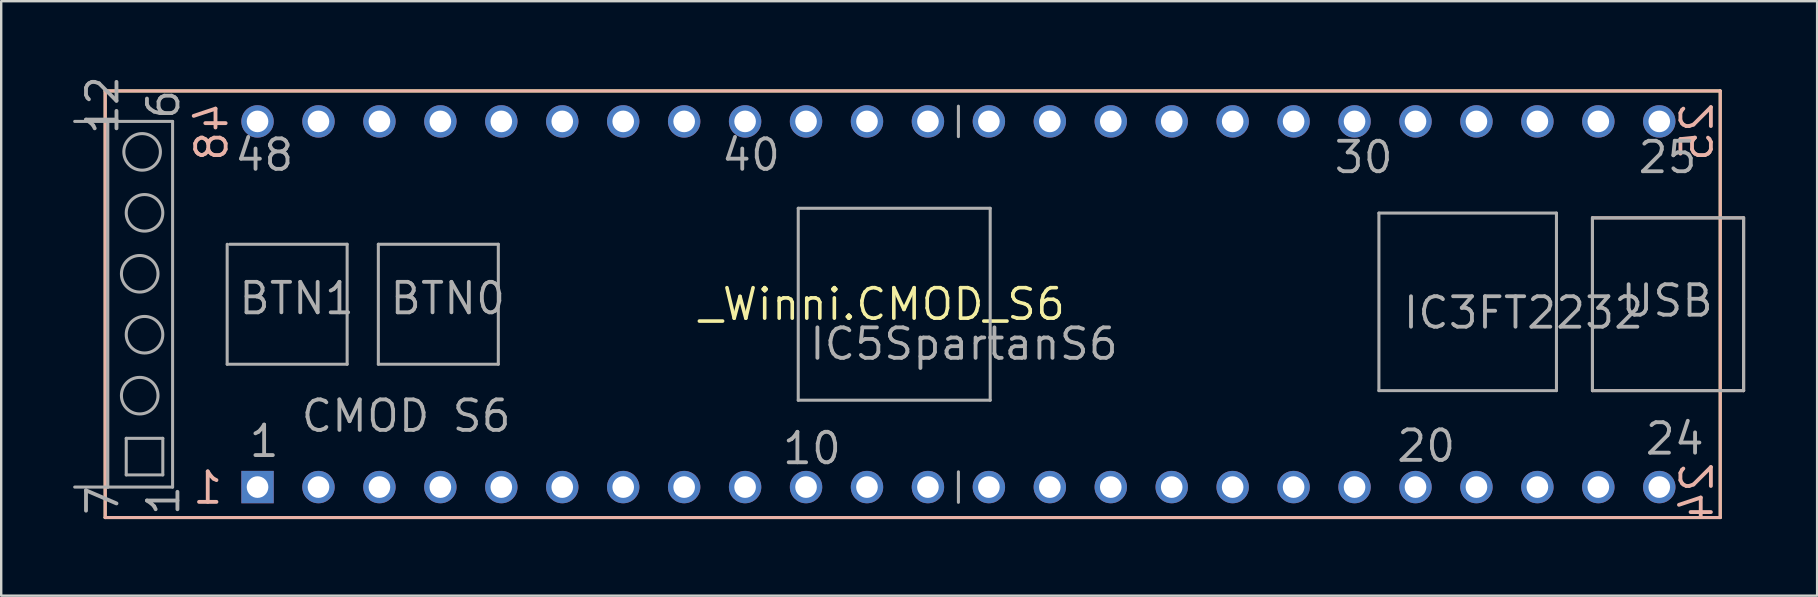
<source format=kicad_pcb>
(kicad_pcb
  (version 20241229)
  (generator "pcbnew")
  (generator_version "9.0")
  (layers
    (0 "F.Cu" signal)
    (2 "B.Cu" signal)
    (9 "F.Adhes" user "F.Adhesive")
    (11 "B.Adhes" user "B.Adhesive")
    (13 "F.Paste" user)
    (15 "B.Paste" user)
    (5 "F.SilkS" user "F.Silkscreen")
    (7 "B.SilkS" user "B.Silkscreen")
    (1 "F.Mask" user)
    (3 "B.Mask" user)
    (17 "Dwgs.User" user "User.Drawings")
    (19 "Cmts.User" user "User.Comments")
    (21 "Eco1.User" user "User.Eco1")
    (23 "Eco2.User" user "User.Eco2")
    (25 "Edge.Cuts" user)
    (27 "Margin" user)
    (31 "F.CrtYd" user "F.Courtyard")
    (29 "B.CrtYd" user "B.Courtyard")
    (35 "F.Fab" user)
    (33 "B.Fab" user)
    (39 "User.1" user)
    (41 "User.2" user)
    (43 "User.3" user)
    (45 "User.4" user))
  (footprint "_Winni.CMOD_S6"
    (layer "F.Cu")
    (at 33.718 9.63)
    (property "Reference" "_Winni.CMOD_S6" (at 0 0 0) (layer "F.SilkS") (effects (font (size 1.27 1.27) (thickness 0.15))))
    (attr through_hole)
    (fp_line (start -32.385 -8.89) (end 34.925 -8.89) (stroke (width 0.127) (type default)) (layer "F.SilkS"))
    (fp_line (start -32.385 8.89) (end -32.385 -8.89) (stroke (width 0.127) (type default)) (layer "F.SilkS"))
    (fp_line (start 34.925 -8.89) (end 34.925 8.89) (stroke (width 0.127) (type default)) (layer "F.SilkS"))
    (fp_line (start 34.925 8.89) (end -32.385 8.89) (stroke (width 0.127) (type default)) (layer "F.SilkS"))
    (fp_line (start -32.385 -8.89) (end 34.925 -8.89) (stroke (width 0.127) (type default)) (layer "B.SilkS"))
    (fp_line (start -32.385 8.89) (end -32.385 -8.89) (stroke (width 0.127) (type default)) (layer "B.SilkS"))
    (fp_line (start 29.6 -3.6) (end 35.9 -3.6) (stroke (width 0.127) (type default)) (layer "B.SilkS"))
    (fp_line (start 29.6 3.6) (end 29.6 -3.6) (stroke (width 0.127) (type default)) (layer "B.SilkS"))
    (fp_line (start 34.925 -8.89) (end 34.925 8.89) (stroke (width 0.127) (type default)) (layer "B.SilkS"))
    (fp_line (start 34.925 8.89) (end -32.385 8.89) (stroke (width 0.127) (type default)) (layer "B.SilkS"))
    (fp_line (start 35.9 -3.6) (end 35.9 3.6) (stroke (width 0.127) (type default)) (layer "B.SilkS"))
    (fp_line (start 35.9 3.6) (end 29.6 3.6) (stroke (width 0.127) (type default)) (layer "B.SilkS"))
    (fp_line (start -33.655 -7.62) (end -32.275 -7.62) (stroke (width 0.127) (type default)) (layer "F.Fab"))
    (fp_line (start -32.275 -7.62) (end -32.275 7.62) (stroke (width 0.127) (type default)) (layer "F.Fab"))
    (fp_line (start -32.275 -7.62) (end -29.575 -7.62) (stroke (width 0.127) (type default)) (layer "F.Fab"))
    (fp_line (start -32.275 7.62) (end -33.655 7.62) (stroke (width 0.127) (type default)) (layer "F.Fab"))
    (fp_line (start -31.507 5.588) (end -29.983 5.588) (stroke (width 0.127) (type default)) (layer "F.Fab"))
    (fp_line (start -31.507 7.112) (end -31.507 5.588) (stroke (width 0.127) (type default)) (layer "F.Fab"))
    (fp_line (start -29.983 5.588) (end -29.983 7.112) (stroke (width 0.127) (type default)) (layer "F.Fab"))
    (fp_line (start -29.983 7.112) (end -31.507 7.112) (stroke (width 0.127) (type default)) (layer "F.Fab"))
    (fp_line (start -29.575 -7.62) (end -29.575 7.62) (stroke (width 0.127) (type default)) (layer "F.Fab"))
    (fp_line (start -29.575 7.62) (end -32.275 7.62) (stroke (width 0.127) (type default)) (layer "F.Fab"))
    (fp_line (start -27.3 2.5) (end -27.3 -2.5) (stroke (width 0.127) (type default)) (layer "F.Fab"))
    (fp_line (start -27.2 -2.5) (end -22.3 -2.5) (stroke (width 0.127) (type default)) (layer "F.Fab"))
    (fp_line (start -22.3 -2.5) (end -22.3 2.5) (stroke (width 0.127) (type default)) (layer "F.Fab"))
    (fp_line (start -22.3 2.5) (end -27.3 2.5) (stroke (width 0.127) (type default)) (layer "F.Fab"))
    (fp_line (start -21 -2.5) (end -16 -2.5) (stroke (width 0.127) (type default)) (layer "F.Fab"))
    (fp_line (start -21 2.5) (end -21 -2.5) (stroke (width 0.127) (type default)) (layer "F.Fab"))
    (fp_line (start -16 -2.5) (end -16 2.5) (stroke (width 0.127) (type default)) (layer "F.Fab"))
    (fp_line (start -16 2.5) (end -21 2.5) (stroke (width 0.127) (type default)) (layer "F.Fab"))
    (fp_line (start -3.5 -4) (end 4.5 -4) (stroke (width 0.127) (type default)) (layer "F.Fab"))
    (fp_line (start -3.5 4) (end -3.5 -4) (stroke (width 0.127) (type default)) (layer "F.Fab"))
    (fp_line (start 3.175 -8.255) (end 3.175 -6.985) (stroke (width 0.127) (type default)) (layer "F.Fab"))
    (fp_line (start 3.175 8.255) (end 3.175 6.985) (stroke (width 0.127) (type default)) (layer "F.Fab"))
    (fp_line (start 4.5 -4) (end 4.5 4) (stroke (width 0.127) (type default)) (layer "F.Fab"))
    (fp_line (start 4.5 4) (end -3.5 4) (stroke (width 0.127) (type default)) (layer "F.Fab"))
    (fp_line (start 20.7 -3.8) (end 28.1 -3.8) (stroke (width 0.127) (type default)) (layer "F.Fab"))
    (fp_line (start 20.7 3.6) (end 20.7 -3.8) (stroke (width 0.127) (type default)) (layer "F.Fab"))
    (fp_line (start 28.1 -3.8) (end 28.1 3.6) (stroke (width 0.127) (type default)) (layer "F.Fab"))
    (fp_line (start 28.1 3.6) (end 20.7 3.6) (stroke (width 0.127) (type default)) (layer "F.Fab"))
    (fp_line (start 29.6 -3.6) (end 35.9 -3.6) (stroke (width 0.127) (type default)) (layer "F.Fab"))
    (fp_line (start 29.6 3.6) (end 29.6 -3.6) (stroke (width 0.127) (type default)) (layer "F.Fab"))
    (fp_line (start 35.9 -3.6) (end 35.9 3.6) (stroke (width 0.127) (type default)) (layer "F.Fab"))
    (fp_line (start 35.9 3.6) (end 29.6 3.6) (stroke (width 0.127) (type default)) (layer "F.Fab"))
    (fp_circle (center -30.945 -1.27) (end -30.183 -1.27) (stroke (width 0.127) (type default)) (fill no) (layer "F.Fab"))
    (fp_circle (center -30.945 3.81) (end -30.183 3.81) (stroke (width 0.127) (type default)) (fill no) (layer "F.Fab"))
    (fp_circle (center -30.845 -6.35) (end -30.083 -6.35) (stroke (width 0.127) (type default)) (fill no) (layer "F.Fab"))
    (fp_circle (center -30.745 -3.81) (end -29.983 -3.81) (stroke (width 0.127) (type default)) (fill no) (layer "F.Fab"))
    (fp_circle (center -30.745 1.27) (end -29.983 1.27) (stroke (width 0.127) (type default)) (fill no) (layer "F.Fab"))
    (fp_text user "1" (at -27.4 8.4 0) (layer "B.SilkS") (effects (font (size 1.27 1.27) (thickness 0.16)) (justify left bottom mirror)))
    (fp_text user "48" (at -27.2 -8.5 270) (layer "B.SilkS") (effects (font (size 1.27 1.27) (thickness 0.16)) (justify left bottom mirror)))
    (fp_text user "24" (at 34.7 6.5 270) (layer "B.SilkS") (effects (font (size 1.27 1.27) (thickness 0.16)) (justify left bottom mirror)))
    (fp_text user "25" (at 34.7 -8.5 270) (layer "B.SilkS") (effects (font (size 1.27 1.27) (thickness 0.16)) (justify left bottom mirror)))
    (fp_text user "IC5SpartanS6" (at -3.109 2.397 0) (layer "F.Fab") (effects (font (size 1.27 1.27) (thickness 0.16)) (justify left bottom)))
    (fp_text user "12" (at -31.75 -6.985 90) (layer "F.Fab") (effects (font (size 1.27 1.27) (thickness 0.16)) (justify left bottom)))
    (fp_text user "1" (at -26.47 6.45 0) (layer "F.Fab") (effects (font (size 1.27 1.27) (thickness 0.16)) (justify left bottom)))
    (fp_text user "30" (at 18.75 -5.38 0) (layer "F.Fab") (effects (font (size 1.27 1.27) (thickness 0.16)) (justify left bottom)))
    (fp_text user "48" (at -27.07 -5.48 0) (layer "F.Fab") (effects (font (size 1.27 1.27) (thickness 0.16)) (justify left bottom)))
    (fp_text user "BTN0" (at -20.6 0.5 0) (layer "F.Fab") (effects (font (size 1.27 1.27) (thickness 0.16)) (justify left bottom)))
    (fp_text user "IC3FT2232" (at 21.63 1.1 0) (layer "F.Fab") (effects (font (size 1.27 1.27) (thickness 0.16)) (justify left bottom)))
    (fp_text user "25" (at 31.415 -5.38 0) (layer "F.Fab") (effects (font (size 1.27 1.27) (thickness 0.16)) (justify left bottom)))
    (fp_text user "1" (at -29.21 8.89 90) (layer "F.Fab") (effects (font (size 1.27 1.27) (thickness 0.16)) (justify left bottom)))
    (fp_text user "10" (at -4.245 6.75 0) (layer "F.Fab") (effects (font (size 1.27 1.27) (thickness 0.16)) (justify left bottom)))
    (fp_text user "CMOD S6" (at -24.3 5.4 0) (layer "F.Fab") (effects (font (size 1.27 1.27) (thickness 0.16)) (justify left bottom)))
    (fp_text user "20" (at 21.355 6.65 0) (layer "F.Fab") (effects (font (size 1.27 1.27) (thickness 0.16)) (justify left bottom)))
    (fp_text user "USB" (at 30.7 0.6 0) (layer "F.Fab") (effects (font (size 1.27 1.27) (thickness 0.16)) (justify left bottom)))
    (fp_text user "40" (at -6.785 -5.48 0) (layer "F.Fab") (effects (font (size 1.27 1.27) (thickness 0.16)) (justify left bottom)))
    (fp_text user "24" (at 31.715 6.35 0) (layer "F.Fab") (effects (font (size 1.27 1.27) (thickness 0.16)) (justify left bottom)))
    (fp_text user "BTN1" (at -26.9 0.5 0) (layer "F.Fab") (effects (font (size 1.27 1.27) (thickness 0.16)) (justify left bottom)))
    (fp_text user "7" (at -31.75 8.89 90) (layer "F.Fab") (effects (font (size 1.27 1.27) (thickness 0.16)) (justify left bottom)))
    (fp_text user "6" (at -29.21 -7.62 90) (layer "F.Fab") (effects (font (size 1.27 1.27) (thickness 0.16)) (justify left bottom)))
    (pad "P$1" thru_hole rect (at -26.035 7.62) (size 1.35 1.35) (drill 0.9) (layers "*.Cu" "*.Mask"))
    (pad "P$2" thru_hole circle (at -23.495 7.62) (size 1.35 1.35) (drill 0.9) (layers "*.Cu" "*.Mask"))
    (pad "P$3" thru_hole circle (at -20.955 7.62) (size 1.35 1.35) (drill 0.9) (layers "*.Cu" "*.Mask"))
    (pad "P$4" thru_hole circle (at -18.415 7.62) (size 1.35 1.35) (drill 0.9) (layers "*.Cu" "*.Mask"))
    (pad "P$5" thru_hole circle (at -15.875 7.62) (size 1.35 1.35) (drill 0.9) (layers "*.Cu" "*.Mask"))
    (pad "P$6" thru_hole circle (at -13.335 7.62) (size 1.35 1.35) (drill 0.9) (layers "*.Cu" "*.Mask"))
    (pad "P$7" thru_hole circle (at -10.795 7.62) (size 1.35 1.35) (drill 0.9) (layers "*.Cu" "*.Mask"))
    (pad "P$8" thru_hole circle (at -8.255 7.62) (size 1.35 1.35) (drill 0.9) (layers "*.Cu" "*.Mask"))
    (pad "P$9" thru_hole circle (at -5.715 7.62) (size 1.35 1.35) (drill 0.9) (layers "*.Cu" "*.Mask"))
    (pad "P$10" thru_hole circle (at -3.175 7.62) (size 1.35 1.35) (drill 0.9) (layers "*.Cu" "*.Mask"))
    (pad "P$11" thru_hole circle (at -0.635 7.62) (size 1.35 1.35) (drill 0.9) (layers "*.Cu" "*.Mask"))
    (pad "P$12" thru_hole circle (at 1.905 7.62) (size 1.35 1.35) (drill 0.9) (layers "*.Cu" "*.Mask"))
    (pad "P$13" thru_hole circle (at 4.445 7.62) (size 1.35 1.35) (drill 0.9) (layers "*.Cu" "*.Mask"))
    (pad "P$14" thru_hole circle (at 6.985 7.62) (size 1.35 1.35) (drill 0.9) (layers "*.Cu" "*.Mask"))
    (pad "P$15" thru_hole circle (at 9.525 7.62) (size 1.35 1.35) (drill 0.9) (layers "*.Cu" "*.Mask"))
    (pad "P$16" thru_hole circle (at 12.065 7.62) (size 1.35 1.35) (drill 0.9) (layers "*.Cu" "*.Mask"))
    (pad "P$17" thru_hole circle (at 14.605 7.62) (size 1.35 1.35) (drill 0.9) (layers "*.Cu" "*.Mask"))
    (pad "P$18" thru_hole circle (at 17.145 7.62) (size 1.35 1.35) (drill 0.9) (layers "*.Cu" "*.Mask"))
    (pad "P$19" thru_hole circle (at 19.685 7.62) (size 1.35 1.35) (drill 0.9) (layers "*.Cu" "*.Mask"))
    (pad "P$20" thru_hole circle (at 22.225 7.62) (size 1.35 1.35) (drill 0.9) (layers "*.Cu" "*.Mask"))
    (pad "P$21" thru_hole circle (at 24.765 7.62) (size 1.35 1.35) (drill 0.9) (layers "*.Cu" "*.Mask"))
    (pad "P$22" thru_hole circle (at 27.305 7.62) (size 1.35 1.35) (drill 0.9) (layers "*.Cu" "*.Mask"))
    (pad "P$23" thru_hole circle (at 29.845 7.62) (size 1.35 1.35) (drill 0.9) (layers "*.Cu" "*.Mask"))
    (pad "P$24" thru_hole circle (at 32.385 7.62) (size 1.35 1.35) (drill 0.9) (layers "*.Cu" "*.Mask"))
    (pad "P$25" thru_hole circle (at 32.385 -7.62) (size 1.35 1.35) (drill 0.9) (layers "*.Cu" "*.Mask"))
    (pad "P$26" thru_hole circle (at 29.845 -7.62) (size 1.35 1.35) (drill 0.9) (layers "*.Cu" "*.Mask"))
    (pad "P$27" thru_hole circle (at 27.305 -7.62) (size 1.35 1.35) (drill 0.9) (layers "*.Cu" "*.Mask"))
    (pad "P$28" thru_hole circle (at 24.765 -7.62) (size 1.35 1.35) (drill 0.9) (layers "*.Cu" "*.Mask"))
    (pad "P$29" thru_hole circle (at 22.225 -7.62) (size 1.35 1.35) (drill 0.9) (layers "*.Cu" "*.Mask"))
    (pad "P$30" thru_hole circle (at 19.685 -7.62) (size 1.35 1.35) (drill 0.9) (layers "*.Cu" "*.Mask"))
    (pad "P$31" thru_hole circle (at 17.145 -7.62) (size 1.35 1.35) (drill 0.9) (layers "*.Cu" "*.Mask"))
    (pad "P$32" thru_hole circle (at 14.605 -7.62) (size 1.35 1.35) (drill 0.9) (layers "*.Cu" "*.Mask"))
    (pad "P$33" thru_hole circle (at 12.065 -7.62) (size 1.35 1.35) (drill 0.9) (layers "*.Cu" "*.Mask"))
    (pad "P$34" thru_hole circle (at 9.525 -7.62) (size 1.35 1.35) (drill 0.9) (layers "*.Cu" "*.Mask"))
    (pad "P$35" thru_hole circle (at 6.985 -7.62) (size 1.35 1.35) (drill 0.9) (layers "*.Cu" "*.Mask"))
    (pad "P$36" thru_hole circle (at 4.445 -7.62) (size 1.35 1.35) (drill 0.9) (layers "*.Cu" "*.Mask"))
    (pad "P$37" thru_hole circle (at 1.905 -7.62) (size 1.35 1.35) (drill 0.9) (layers "*.Cu" "*.Mask"))
    (pad "P$38" thru_hole circle (at -0.635 -7.62) (size 1.35 1.35) (drill 0.9) (layers "*.Cu" "*.Mask"))
    (pad "P$39" thru_hole circle (at -3.175 -7.62) (size 1.35 1.35) (drill 0.9) (layers "*.Cu" "*.Mask"))
    (pad "P$40" thru_hole circle (at -5.715 -7.62) (size 1.35 1.35) (drill 0.9) (layers "*.Cu" "*.Mask"))
    (pad "P$41" thru_hole circle (at -8.255 -7.62) (size 1.35 1.35) (drill 0.9) (layers "*.Cu" "*.Mask"))
    (pad "P$42" thru_hole circle (at -10.795 -7.62) (size 1.35 1.35) (drill 0.9) (layers "*.Cu" "*.Mask"))
    (pad "P$43" thru_hole circle (at -13.335 -7.62) (size 1.35 1.35) (drill 0.9) (layers "*.Cu" "*.Mask"))
    (pad "P$44" thru_hole circle (at -15.875 -7.62) (size 1.35 1.35) (drill 0.9) (layers "*.Cu" "*.Mask"))
    (pad "P$45" thru_hole circle (at -18.415 -7.62) (size 1.35 1.35) (drill 0.9) (layers "*.Cu" "*.Mask"))
    (pad "P$46" thru_hole circle (at -20.955 -7.62) (size 1.35 1.35) (drill 0.9) (layers "*.Cu" "*.Mask"))
    (pad "P$47" thru_hole circle (at -23.495 -7.62) (size 1.35 1.35) (drill 0.9) (layers "*.Cu" "*.Mask"))
    (pad "P$48" thru_hole circle (at -26.035 -7.62) (size 1.35 1.35) (drill 0.9) (layers "*.Cu" "*.Mask")))
  (gr_rect
    (start -3 -3)
    (end 72.682 21.775)
    (stroke (width 0.1) (type default))
    (fill no)
    (layer "Edge.Cuts")))
</source>
